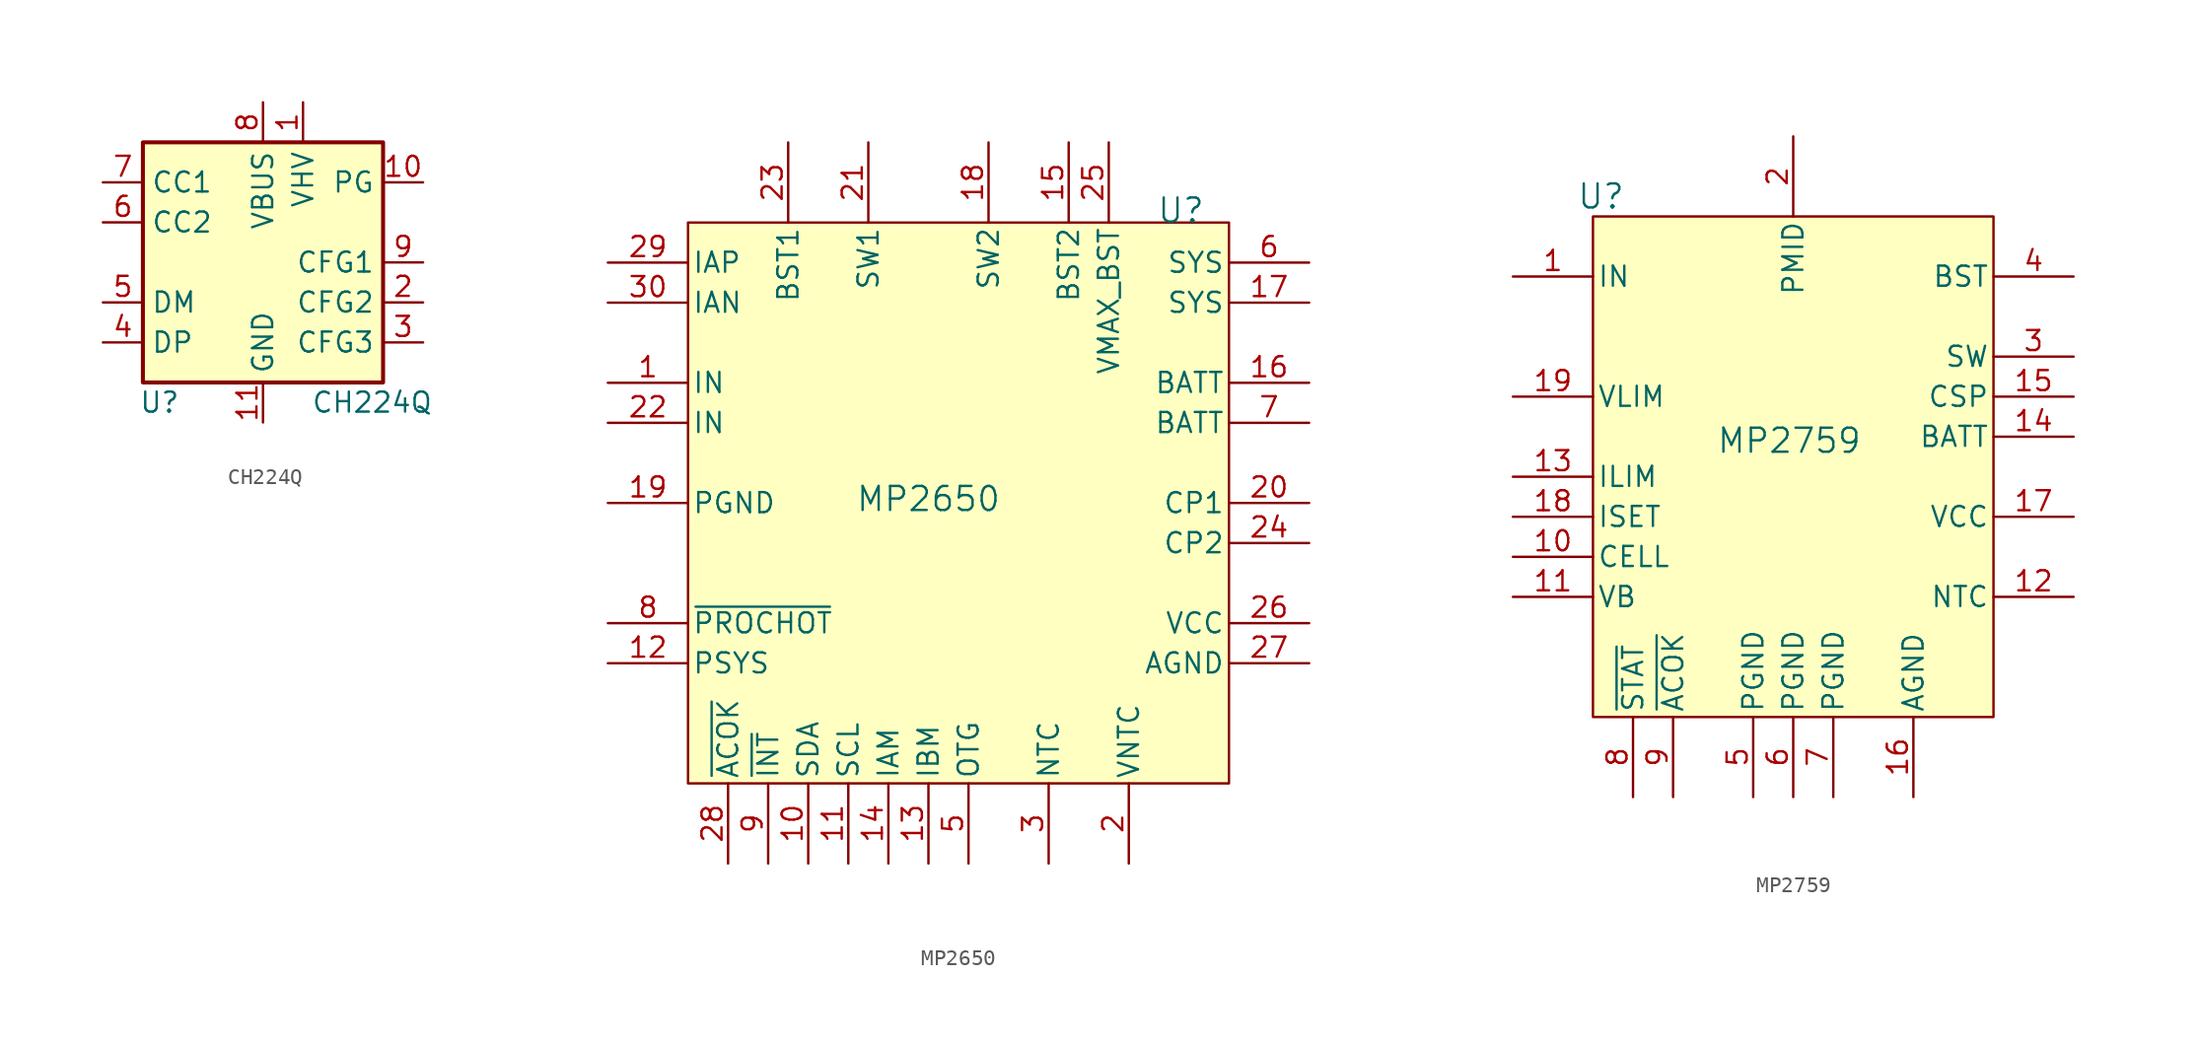
<source format=kicad_sym>
(kicad_symbol_lib
  (version 20241209)
  (generator "kicad_symbol_editor")
  (generator_version "9.0")
  (symbol "CH224Q"
    (property "Reference" "U"
      (at -7.874 -8.89 0)
      (effects (font (size 1.27 1.27)) (justify left)))
    (property "Value" "CH224Q"
      (at 3.048 -8.89 0)
      (effects (font (size 1.27 1.27)) (justify left)))
    (symbol "CH224Q_1_1"
      (rectangle (start -7.62 7.62) (end 7.62 -7.62) (stroke (width 0.254) (type default)) (fill (type background)))
      (pin bidirectional line (at -10.16 5.08 0) (length 2.54) (name "CC1" (effects (font (size 1.27 1.27)))) (number "7" (effects (font (size 1.27 1.27)))))
      (pin bidirectional line (at -10.16 2.54 0) (length 2.54) (name "CC2" (effects (font (size 1.27 1.27)))) (number "6" (effects (font (size 1.27 1.27)))))
      (pin bidirectional line (at -10.16 -2.54 0) (length 2.54) (name "DM" (effects (font (size 1.27 1.27)))) (number "5" (effects (font (size 1.27 1.27)))))
      (pin bidirectional line (at -10.16 -5.08 0) (length 2.54) (name "DP" (effects (font (size 1.27 1.27)))) (number "4" (effects (font (size 1.27 1.27)))))
      (pin passive line (at 0 10.16 270) (length 2.54) (name "VBUS" (effects (font (size 1.27 1.27)))) (number "8" (effects (font (size 1.27 1.27)))))
      (pin power_in line (at 0 -10.16 90) (length 2.54) (name "GND" (effects (font (size 1.27 1.27)))) (number "11" (effects (font (size 1.27 1.27)))))
      (pin power_in line (at 2.54 10.16 270) (length 2.54) (name "VHV" (effects (font (size 1.27 1.27)))) (number "1" (effects (font (size 1.27 1.27)))))
      (pin open_collector line (at 10.16 5.08 180) (length 2.54) (name "PG" (effects (font (size 1.27 1.27)))) (number "10" (effects (font (size 1.27 1.27)))))
      (pin passive line (at 10.16 0 180) (length 2.54) (name "CFG1" (effects (font (size 1.27 1.27)))) (number "9" (effects (font (size 1.27 1.27)))))
      (pin passive line (at 10.16 -2.54 180) (length 2.54) (name "CFG2" (effects (font (size 1.27 1.27)))) (number "2" (effects (font (size 1.27 1.27)))))
      (pin passive line (at 10.16 -5.08 180) (length 2.54) (name "CFG3" (effects (font (size 1.27 1.27)))) (number "3" (effects (font (size 1.27 1.27)))))))
  (symbol "MP2650"
    (pin_names
      (offset 0.254))
    (property "Reference" "U"
      (at 16.002 18.542 0)
      (effects (font (size 1.524 1.524))))
    (property "Value" "MP2650"
      (at 0 0.254 0)
      (effects (font (size 1.524 1.524))))
    (symbol "MP2650_1_0"
      (pin power_in line (at -20.32 0 0) (length 5.08) (name "PGND" (effects (font (size 1.27 1.27)))) (number "19" (effects (font (size 1.27 1.27)))))
      (pin passive line (at -8.89 22.86 270) (length 5.08) (name "BST1" (effects (font (size 1.27 1.27)))) (number "23" (effects (font (size 1.27 1.27)))))
      (pin passive line (at 8.89 22.86 270) (length 5.08) (name "BST2" (effects (font (size 1.27 1.27)))) (number "15" (effects (font (size 1.27 1.27)))))
      (pin power_out line (at 24.13 7.62 180) (length 5.08) (name "BATT" (effects (font (size 1.27 1.27)))) (number "16" (effects (font (size 1.27 1.27)))))
      (pin power_out line (at 24.13 5.08 180) (length 5.08) (name "BATT" (effects (font (size 1.27 1.27)))) (number "7" (effects (font (size 1.27 1.27)))))
      (pin power_out line (at 24.13 -7.62 180) (length 5.08) (name "VCC" (effects (font (size 1.27 1.27)))) (number "26" (effects (font (size 1.27 1.27)))))
      (pin power_in line (at 24.13 -10.16 180) (length 5.08) (name "AGND" (effects (font (size 1.27 1.27)))) (number "27" (effects (font (size 1.27 1.27))))))
    (symbol "MP2650_1_1"
      (rectangle (start -15.24 17.78) (end 19.05 -17.78) (stroke (width 0) (type solid)) (fill (type background)))
      (pin unspecified line (at -20.32 15.24 0) (length 5.08) (name "IAP" (effects (font (size 1.27 1.27)))) (number "29" (effects (font (size 1.27 1.27)))))
      (pin unspecified line (at -20.32 12.7 0) (length 5.08) (name "IAN" (effects (font (size 1.27 1.27)))) (number "30" (effects (font (size 1.27 1.27)))))
      (pin power_in line (at -20.32 7.62 0) (length 5.08) (name "IN" (effects (font (size 1.27 1.27)))) (number "1" (effects (font (size 1.27 1.27)))))
      (pin power_in line (at -20.32 5.08 0) (length 5.08) (name "IN" (effects (font (size 1.27 1.27)))) (number "22" (effects (font (size 1.27 1.27)))))
      (pin output line (at -20.32 -7.62 0) (length 5.08) (name "~{PROCHOT}" (effects (font (size 1.27 1.27)))) (number "8" (effects (font (size 1.27 1.27)))))
      (pin output line (at -20.32 -10.16 0) (length 5.08) (name "PSYS" (effects (font (size 1.27 1.27)))) (number "12" (effects (font (size 1.27 1.27)))))
      (pin open_collector line (at -12.7 -22.86 90) (length 5.08) (name "~{ACOK}" (effects (font (size 1.27 1.27)))) (number "28" (effects (font (size 1.27 1.27)))))
      (pin output line (at -10.16 -22.86 90) (length 5.08) (name "~{INT}" (effects (font (size 1.27 1.27)))) (number "9" (effects (font (size 1.27 1.27)))))
      (pin open_collector line (at -7.62 -22.86 90) (length 5.08) (name "SDA" (effects (font (size 1.27 1.27)))) (number "10" (effects (font (size 1.27 1.27)))))
      (pin open_collector line (at -5.08 -22.86 90) (length 5.08) (name "SCL" (effects (font (size 1.27 1.27)))) (number "11" (effects (font (size 1.27 1.27)))))
      (pin unspecified line (at -3.81 22.86 270) (length 5.08) (name "SW1" (effects (font (size 1.27 1.27)))) (number "21" (effects (font (size 1.27 1.27)))))
      (pin output line (at -2.54 -22.86 90) (length 5.08) (name "IAM" (effects (font (size 1.27 1.27)))) (number "14" (effects (font (size 1.27 1.27)))))
      (pin output line (at 0 -22.86 90) (length 5.08) (name "IBM" (effects (font (size 1.27 1.27)))) (number "13" (effects (font (size 1.27 1.27)))))
      (pin passive line (at 2.54 -22.86 90) (length 5.08) (name "OTG" (effects (font (size 1.27 1.27)))) (number "5" (effects (font (size 1.27 1.27)))))
      (pin unspecified line (at 3.81 22.86 270) (length 5.08) (name "SW2" (effects (font (size 1.27 1.27)))) (number "18" (effects (font (size 1.27 1.27)))))
      (pin input line (at 7.62 -22.86 90) (length 5.08) (name "NTC" (effects (font (size 1.27 1.27)))) (number "3" (effects (font (size 1.27 1.27)))))
      (pin output line (at 11.43 22.86 270) (length 5.08) (name "VMAX_BST" (effects (font (size 1.27 1.27)))) (number "25" (effects (font (size 1.27 1.27)))))
      (pin power_out line (at 12.7 -22.86 90) (length 5.08) (name "VNTC" (effects (font (size 1.27 1.27)))) (number "2" (effects (font (size 1.27 1.27)))))
      (pin output line (at 24.13 15.24 180) (length 5.08) (name "SYS" (effects (font (size 1.27 1.27)))) (number "6" (effects (font (size 1.27 1.27)))))
      (pin output line (at 24.13 12.7 180) (length 5.08) (name "SYS" (effects (font (size 1.27 1.27)))) (number "17" (effects (font (size 1.27 1.27)))))
      (pin unspecified line (at 24.13 0 180) (length 5.08) (name "CP1" (effects (font (size 1.27 1.27)))) (number "20" (effects (font (size 1.27 1.27)))))
      (pin unspecified line (at 24.13 -2.54 180) (length 5.08) (name "CP2" (effects (font (size 1.27 1.27)))) (number "24" (effects (font (size 1.27 1.27)))))))
  (symbol "MP2759"
    (pin_names
      (offset 0.254))
    (property "Reference" "U"
      (at -12.192 15.24 0)
      (effects (font (size 1.524 1.524))))
    (property "Value" "MP2759"
      (at -0.254 -0.254 0)
      (effects (font (size 1.524 1.524))))
    (symbol "MP2759_0_1"
      (pin input line (at -17.78 10.16 0) (length 5.08) (name "IN" (effects (font (size 1.27 1.27)))) (number "1" (effects (font (size 1.27 1.27)))))
      (pin power_in line (at -2.54 -22.86 90) (length 5.08) (name "PGND" (effects (font (size 1.27 1.27)))) (number "5" (effects (font (size 1.27 1.27)))))
      (pin power_in line (at 0 -22.86 90) (length 5.08) (name "PGND" (effects (font (size 1.27 1.27)))) (number "6" (effects (font (size 1.27 1.27)))))
      (pin power_in line (at 2.54 -22.86 90) (length 5.08) (name "PGND" (effects (font (size 1.27 1.27)))) (number "7" (effects (font (size 1.27 1.27)))))
      (pin power_out line (at 7.62 -22.86 90) (length 5.08) (name "AGND" (effects (font (size 1.27 1.27)))) (number "16" (effects (font (size 1.27 1.27)))))
      (pin power_in line (at 17.78 10.16 180) (length 5.08) (name "BST" (effects (font (size 1.27 1.27)))) (number "4" (effects (font (size 1.27 1.27)))))
      (pin passive line (at 17.78 2.54 180) (length 5.08) (name "CSP" (effects (font (size 1.27 1.27)))) (number "15" (effects (font (size 1.27 1.27)))))
      (pin passive line (at 17.78 0 180) (length 5.08) (name "BATT" (effects (font (size 1.27 1.27)))) (number "14" (effects (font (size 1.27 1.27))))))
    (symbol "MP2759_1_1"
      (rectangle (start -12.7 13.97) (end 12.7 -17.78) (stroke (width 0) (type solid)) (fill (type background)))
      (pin passive line (at -17.78 2.54 0) (length 5.08) (name "VLIM" (effects (font (size 1.27 1.27)))) (number "19" (effects (font (size 1.27 1.27)))))
      (pin passive line (at -17.78 -2.54 0) (length 5.08) (name "ILIM" (effects (font (size 1.27 1.27)))) (number "13" (effects (font (size 1.27 1.27)))))
      (pin passive line (at -17.78 -5.08 0) (length 5.08) (name "ISET" (effects (font (size 1.27 1.27)))) (number "18" (effects (font (size 1.27 1.27)))))
      (pin passive line (at -17.78 -7.62 0) (length 5.08) (name "CELL" (effects (font (size 1.27 1.27)))) (number "10" (effects (font (size 1.27 1.27)))))
      (pin passive line (at -17.78 -10.16 0) (length 5.08) (name "VB" (effects (font (size 1.27 1.27)))) (number "11" (effects (font (size 1.27 1.27)))))
      (pin open_collector line (at -10.16 -22.86 90) (length 5.08) (name "~{STAT}" (effects (font (size 1.27 1.27)))) (number "8" (effects (font (size 1.27 1.27)))))
      (pin open_collector line (at -7.62 -22.86 90) (length 5.08) (name "~{ACOK}" (effects (font (size 1.27 1.27)))) (number "9" (effects (font (size 1.27 1.27)))))
      (pin bidirectional line (at 0 19.05 270) (length 5.08) (name "PMID" (effects (font (size 1.27 1.27)))) (number "2" (effects (font (size 1.27 1.27)))))
      (pin power_out line (at 17.78 5.08 180) (length 5.08) (name "SW" (effects (font (size 1.27 1.27)))) (number "3" (effects (font (size 1.27 1.27)))))
      (pin power_out line (at 17.78 -5.08 180) (length 5.08) (name "VCC" (effects (font (size 1.27 1.27)))) (number "17" (effects (font (size 1.27 1.27)))))
      (pin passive line (at 17.78 -10.16 180) (length 5.08) (name "NTC" (effects (font (size 1.27 1.27)))) (number "12" (effects (font (size 1.27 1.27))))))))
</source>
